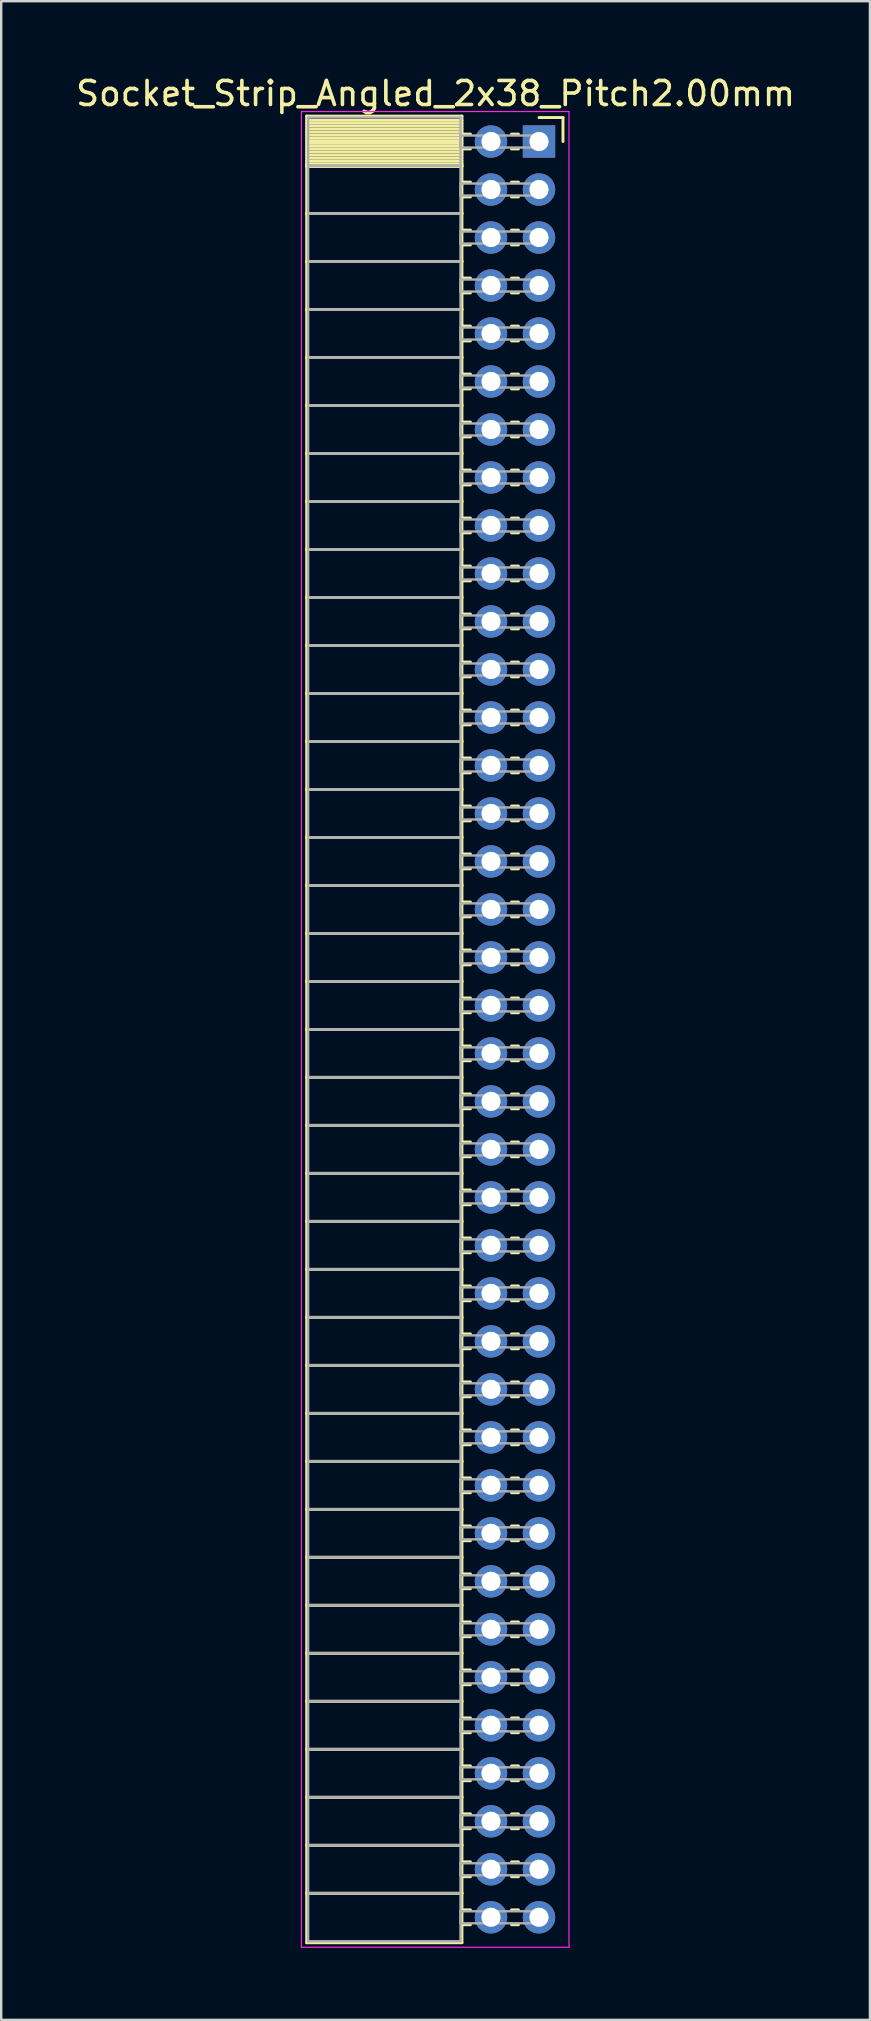
<source format=kicad_pcb>
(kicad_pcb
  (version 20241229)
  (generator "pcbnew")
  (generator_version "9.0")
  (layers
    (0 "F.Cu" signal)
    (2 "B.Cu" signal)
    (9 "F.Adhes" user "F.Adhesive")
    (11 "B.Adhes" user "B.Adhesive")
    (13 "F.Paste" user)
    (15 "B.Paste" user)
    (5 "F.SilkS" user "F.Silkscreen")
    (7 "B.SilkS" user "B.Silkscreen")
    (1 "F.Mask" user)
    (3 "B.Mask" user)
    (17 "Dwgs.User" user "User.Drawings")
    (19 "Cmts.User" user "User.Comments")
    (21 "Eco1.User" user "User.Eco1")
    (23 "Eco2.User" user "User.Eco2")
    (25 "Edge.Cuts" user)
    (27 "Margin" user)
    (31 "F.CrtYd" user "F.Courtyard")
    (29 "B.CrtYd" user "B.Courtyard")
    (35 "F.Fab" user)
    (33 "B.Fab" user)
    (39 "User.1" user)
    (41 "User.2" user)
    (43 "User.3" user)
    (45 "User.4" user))
  (footprint "Socket_Strip_Angled_2x38_Pitch2.00mm"
    (layer "F.Cu")
    (at 19.411 2.848)
    (property "Reference" "Socket_Strip_Angled_2x38_Pitch2.00mm" (at -4.31 -2 0) (layer "F.SilkS") (effects (font (size 1 1) (thickness 0.15))))
    (attr through_hole)
    (fp_line (start -9.68 -1.06) (end -3.21 -1.06) (stroke (width 0.12) (type solid)) (layer "F.SilkS"))
    (fp_line (start -9.68 1) (end -9.68 -1.06) (stroke (width 0.12) (type solid)) (layer "F.SilkS"))
    (fp_line (start -9.68 1) (end -3.21 1) (stroke (width 0.12) (type solid)) (layer "F.SilkS"))
    (fp_line (start -9.68 3) (end -9.68 1) (stroke (width 0.12) (type solid)) (layer "F.SilkS"))
    (fp_line (start -9.68 3) (end -3.21 3) (stroke (width 0.12) (type solid)) (layer "F.SilkS"))
    (fp_line (start -9.68 5) (end -9.68 3) (stroke (width 0.12) (type solid)) (layer "F.SilkS"))
    (fp_line (start -9.68 5) (end -3.21 5) (stroke (width 0.12) (type solid)) (layer "F.SilkS"))
    (fp_line (start -9.68 7) (end -9.68 5) (stroke (width 0.12) (type solid)) (layer "F.SilkS"))
    (fp_line (start -9.68 7) (end -3.21 7) (stroke (width 0.12) (type solid)) (layer "F.SilkS"))
    (fp_line (start -9.68 9) (end -9.68 7) (stroke (width 0.12) (type solid)) (layer "F.SilkS"))
    (fp_line (start -9.68 9) (end -3.21 9) (stroke (width 0.12) (type solid)) (layer "F.SilkS"))
    (fp_line (start -9.68 11) (end -9.68 9) (stroke (width 0.12) (type solid)) (layer "F.SilkS"))
    (fp_line (start -9.68 11) (end -3.21 11) (stroke (width 0.12) (type solid)) (layer "F.SilkS"))
    (fp_line (start -9.68 13) (end -9.68 11) (stroke (width 0.12) (type solid)) (layer "F.SilkS"))
    (fp_line (start -9.68 13) (end -3.21 13) (stroke (width 0.12) (type solid)) (layer "F.SilkS"))
    (fp_line (start -9.68 15) (end -9.68 13) (stroke (width 0.12) (type solid)) (layer "F.SilkS"))
    (fp_line (start -9.68 15) (end -3.21 15) (stroke (width 0.12) (type solid)) (layer "F.SilkS"))
    (fp_line (start -9.68 17) (end -9.68 15) (stroke (width 0.12) (type solid)) (layer "F.SilkS"))
    (fp_line (start -9.68 17) (end -3.21 17) (stroke (width 0.12) (type solid)) (layer "F.SilkS"))
    (fp_line (start -9.68 19) (end -9.68 17) (stroke (width 0.12) (type solid)) (layer "F.SilkS"))
    (fp_line (start -9.68 19) (end -3.21 19) (stroke (width 0.12) (type solid)) (layer "F.SilkS"))
    (fp_line (start -9.68 21) (end -9.68 19) (stroke (width 0.12) (type solid)) (layer "F.SilkS"))
    (fp_line (start -9.68 21) (end -3.21 21) (stroke (width 0.12) (type solid)) (layer "F.SilkS"))
    (fp_line (start -9.68 23) (end -9.68 21) (stroke (width 0.12) (type solid)) (layer "F.SilkS"))
    (fp_line (start -9.68 23) (end -3.21 23) (stroke (width 0.12) (type solid)) (layer "F.SilkS"))
    (fp_line (start -9.68 25) (end -9.68 23) (stroke (width 0.12) (type solid)) (layer "F.SilkS"))
    (fp_line (start -9.68 25) (end -3.21 25) (stroke (width 0.12) (type solid)) (layer "F.SilkS"))
    (fp_line (start -9.68 27) (end -9.68 25) (stroke (width 0.12) (type solid)) (layer "F.SilkS"))
    (fp_line (start -9.68 27) (end -3.21 27) (stroke (width 0.12) (type solid)) (layer "F.SilkS"))
    (fp_line (start -9.68 29) (end -9.68 27) (stroke (width 0.12) (type solid)) (layer "F.SilkS"))
    (fp_line (start -9.68 29) (end -3.21 29) (stroke (width 0.12) (type solid)) (layer "F.SilkS"))
    (fp_line (start -9.68 31) (end -9.68 29) (stroke (width 0.12) (type solid)) (layer "F.SilkS"))
    (fp_line (start -9.68 31) (end -3.21 31) (stroke (width 0.12) (type solid)) (layer "F.SilkS"))
    (fp_line (start -9.68 33) (end -9.68 31) (stroke (width 0.12) (type solid)) (layer "F.SilkS"))
    (fp_line (start -9.68 33) (end -3.21 33) (stroke (width 0.12) (type solid)) (layer "F.SilkS"))
    (fp_line (start -9.68 35) (end -9.68 33) (stroke (width 0.12) (type solid)) (layer "F.SilkS"))
    (fp_line (start -9.68 35) (end -3.21 35) (stroke (width 0.12) (type solid)) (layer "F.SilkS"))
    (fp_line (start -9.68 37) (end -9.68 35) (stroke (width 0.12) (type solid)) (layer "F.SilkS"))
    (fp_line (start -9.68 37) (end -3.21 37) (stroke (width 0.12) (type solid)) (layer "F.SilkS"))
    (fp_line (start -9.68 39) (end -9.68 37) (stroke (width 0.12) (type solid)) (layer "F.SilkS"))
    (fp_line (start -9.68 39) (end -3.21 39) (stroke (width 0.12) (type solid)) (layer "F.SilkS"))
    (fp_line (start -9.68 41) (end -9.68 39) (stroke (width 0.12) (type solid)) (layer "F.SilkS"))
    (fp_line (start -9.68 41) (end -3.21 41) (stroke (width 0.12) (type solid)) (layer "F.SilkS"))
    (fp_line (start -9.68 43) (end -9.68 41) (stroke (width 0.12) (type solid)) (layer "F.SilkS"))
    (fp_line (start -9.68 43) (end -3.21 43) (stroke (width 0.12) (type solid)) (layer "F.SilkS"))
    (fp_line (start -9.68 45) (end -9.68 43) (stroke (width 0.12) (type solid)) (layer "F.SilkS"))
    (fp_line (start -9.68 45) (end -3.21 45) (stroke (width 0.12) (type solid)) (layer "F.SilkS"))
    (fp_line (start -9.68 47) (end -9.68 45) (stroke (width 0.12) (type solid)) (layer "F.SilkS"))
    (fp_line (start -9.68 47) (end -3.21 47) (stroke (width 0.12) (type solid)) (layer "F.SilkS"))
    (fp_line (start -9.68 49) (end -9.68 47) (stroke (width 0.12) (type solid)) (layer "F.SilkS"))
    (fp_line (start -9.68 49) (end -3.21 49) (stroke (width 0.12) (type solid)) (layer "F.SilkS"))
    (fp_line (start -9.68 51) (end -9.68 49) (stroke (width 0.12) (type solid)) (layer "F.SilkS"))
    (fp_line (start -9.68 51) (end -3.21 51) (stroke (width 0.12) (type solid)) (layer "F.SilkS"))
    (fp_line (start -9.68 53) (end -9.68 51) (stroke (width 0.12) (type solid)) (layer "F.SilkS"))
    (fp_line (start -9.68 53) (end -3.21 53) (stroke (width 0.12) (type solid)) (layer "F.SilkS"))
    (fp_line (start -9.68 55) (end -9.68 53) (stroke (width 0.12) (type solid)) (layer "F.SilkS"))
    (fp_line (start -9.68 55) (end -3.21 55) (stroke (width 0.12) (type solid)) (layer "F.SilkS"))
    (fp_line (start -9.68 57) (end -9.68 55) (stroke (width 0.12) (type solid)) (layer "F.SilkS"))
    (fp_line (start -9.68 57) (end -3.21 57) (stroke (width 0.12) (type solid)) (layer "F.SilkS"))
    (fp_line (start -9.68 59) (end -9.68 57) (stroke (width 0.12) (type solid)) (layer "F.SilkS"))
    (fp_line (start -9.68 59) (end -3.21 59) (stroke (width 0.12) (type solid)) (layer "F.SilkS"))
    (fp_line (start -9.68 61) (end -9.68 59) (stroke (width 0.12) (type solid)) (layer "F.SilkS"))
    (fp_line (start -9.68 61) (end -3.21 61) (stroke (width 0.12) (type solid)) (layer "F.SilkS"))
    (fp_line (start -9.68 63) (end -9.68 61) (stroke (width 0.12) (type solid)) (layer "F.SilkS"))
    (fp_line (start -9.68 63) (end -3.21 63) (stroke (width 0.12) (type solid)) (layer "F.SilkS"))
    (fp_line (start -9.68 65) (end -9.68 63) (stroke (width 0.12) (type solid)) (layer "F.SilkS"))
    (fp_line (start -9.68 65) (end -3.21 65) (stroke (width 0.12) (type solid)) (layer "F.SilkS"))
    (fp_line (start -9.68 67) (end -9.68 65) (stroke (width 0.12) (type solid)) (layer "F.SilkS"))
    (fp_line (start -9.68 67) (end -3.21 67) (stroke (width 0.12) (type solid)) (layer "F.SilkS"))
    (fp_line (start -9.68 69) (end -9.68 67) (stroke (width 0.12) (type solid)) (layer "F.SilkS"))
    (fp_line (start -9.68 69) (end -3.21 69) (stroke (width 0.12) (type solid)) (layer "F.SilkS"))
    (fp_line (start -9.68 71) (end -9.68 69) (stroke (width 0.12) (type solid)) (layer "F.SilkS"))
    (fp_line (start -9.68 71) (end -3.21 71) (stroke (width 0.12) (type solid)) (layer "F.SilkS"))
    (fp_line (start -9.68 73) (end -9.68 71) (stroke (width 0.12) (type solid)) (layer "F.SilkS"))
    (fp_line (start -9.68 73) (end -3.21 73) (stroke (width 0.12) (type solid)) (layer "F.SilkS"))
    (fp_line (start -9.68 75.06) (end -9.68 73) (stroke (width 0.12) (type solid)) (layer "F.SilkS"))
    (fp_line (start -3.21 -1.06) (end -3.21 1) (stroke (width 0.12) (type solid)) (layer "F.SilkS"))
    (fp_line (start -3.21 -0.88) (end -9.68 -0.88) (stroke (width 0.12) (type solid)) (layer "F.SilkS"))
    (fp_line (start -3.21 -0.76) (end -9.68 -0.76) (stroke (width 0.12) (type solid)) (layer "F.SilkS"))
    (fp_line (start -3.21 -0.64) (end -9.68 -0.64) (stroke (width 0.12) (type solid)) (layer "F.SilkS"))
    (fp_line (start -3.21 -0.52) (end -9.68 -0.52) (stroke (width 0.12) (type solid)) (layer "F.SilkS"))
    (fp_line (start -3.21 -0.4) (end -9.68 -0.4) (stroke (width 0.12) (type solid)) (layer "F.SilkS"))
    (fp_line (start -3.21 -0.28) (end -9.68 -0.28) (stroke (width 0.12) (type solid)) (layer "F.SilkS"))
    (fp_line (start -3.21 -0.16) (end -9.68 -0.16) (stroke (width 0.12) (type solid)) (layer "F.SilkS"))
    (fp_line (start -3.21 -0.04) (end -9.68 -0.04) (stroke (width 0.12) (type solid)) (layer "F.SilkS"))
    (fp_line (start -3.21 0.08) (end -9.68 0.08) (stroke (width 0.12) (type solid)) (layer "F.SilkS"))
    (fp_line (start -3.21 0.2) (end -9.68 0.2) (stroke (width 0.12) (type solid)) (layer "F.SilkS"))
    (fp_line (start -3.21 0.32) (end -9.68 0.32) (stroke (width 0.12) (type solid)) (layer "F.SilkS"))
    (fp_line (start -3.21 0.44) (end -9.68 0.44) (stroke (width 0.12) (type solid)) (layer "F.SilkS"))
    (fp_line (start -3.21 0.56) (end -9.68 0.56) (stroke (width 0.12) (type solid)) (layer "F.SilkS"))
    (fp_line (start -3.21 0.68) (end -9.68 0.68) (stroke (width 0.12) (type solid)) (layer "F.SilkS"))
    (fp_line (start -3.21 0.8) (end -9.68 0.8) (stroke (width 0.12) (type solid)) (layer "F.SilkS"))
    (fp_line (start -3.21 0.92) (end -9.68 0.92) (stroke (width 0.12) (type solid)) (layer "F.SilkS"))
    (fp_line (start -3.21 1) (end -9.68 1) (stroke (width 0.12) (type solid)) (layer "F.SilkS"))
    (fp_line (start -3.21 1) (end -3.21 3) (stroke (width 0.12) (type solid)) (layer "F.SilkS"))
    (fp_line (start -3.21 1.04) (end -9.68 1.04) (stroke (width 0.12) (type solid)) (layer "F.SilkS"))
    (fp_line (start -3.21 3) (end -9.68 3) (stroke (width 0.12) (type solid)) (layer "F.SilkS"))
    (fp_line (start -3.21 3) (end -3.21 5) (stroke (width 0.12) (type solid)) (layer "F.SilkS"))
    (fp_line (start -3.21 5) (end -9.68 5) (stroke (width 0.12) (type solid)) (layer "F.SilkS"))
    (fp_line (start -3.21 5) (end -3.21 7) (stroke (width 0.12) (type solid)) (layer "F.SilkS"))
    (fp_line (start -3.21 7) (end -9.68 7) (stroke (width 0.12) (type solid)) (layer "F.SilkS"))
    (fp_line (start -3.21 7) (end -3.21 9) (stroke (width 0.12) (type solid)) (layer "F.SilkS"))
    (fp_line (start -3.21 9) (end -9.68 9) (stroke (width 0.12) (type solid)) (layer "F.SilkS"))
    (fp_line (start -3.21 9) (end -3.21 11) (stroke (width 0.12) (type solid)) (layer "F.SilkS"))
    (fp_line (start -3.21 11) (end -9.68 11) (stroke (width 0.12) (type solid)) (layer "F.SilkS"))
    (fp_line (start -3.21 11) (end -3.21 13) (stroke (width 0.12) (type solid)) (layer "F.SilkS"))
    (fp_line (start -3.21 13) (end -9.68 13) (stroke (width 0.12) (type solid)) (layer "F.SilkS"))
    (fp_line (start -3.21 13) (end -3.21 15) (stroke (width 0.12) (type solid)) (layer "F.SilkS"))
    (fp_line (start -3.21 15) (end -9.68 15) (stroke (width 0.12) (type solid)) (layer "F.SilkS"))
    (fp_line (start -3.21 15) (end -3.21 17) (stroke (width 0.12) (type solid)) (layer "F.SilkS"))
    (fp_line (start -3.21 17) (end -9.68 17) (stroke (width 0.12) (type solid)) (layer "F.SilkS"))
    (fp_line (start -3.21 17) (end -3.21 19) (stroke (width 0.12) (type solid)) (layer "F.SilkS"))
    (fp_line (start -3.21 19) (end -9.68 19) (stroke (width 0.12) (type solid)) (layer "F.SilkS"))
    (fp_line (start -3.21 19) (end -3.21 21) (stroke (width 0.12) (type solid)) (layer "F.SilkS"))
    (fp_line (start -3.21 21) (end -9.68 21) (stroke (width 0.12) (type solid)) (layer "F.SilkS"))
    (fp_line (start -3.21 21) (end -3.21 23) (stroke (width 0.12) (type solid)) (layer "F.SilkS"))
    (fp_line (start -3.21 23) (end -9.68 23) (stroke (width 0.12) (type solid)) (layer "F.SilkS"))
    (fp_line (start -3.21 23) (end -3.21 25) (stroke (width 0.12) (type solid)) (layer "F.SilkS"))
    (fp_line (start -3.21 25) (end -9.68 25) (stroke (width 0.12) (type solid)) (layer "F.SilkS"))
    (fp_line (start -3.21 25) (end -3.21 27) (stroke (width 0.12) (type solid)) (layer "F.SilkS"))
    (fp_line (start -3.21 27) (end -9.68 27) (stroke (width 0.12) (type solid)) (layer "F.SilkS"))
    (fp_line (start -3.21 27) (end -3.21 29) (stroke (width 0.12) (type solid)) (layer "F.SilkS"))
    (fp_line (start -3.21 29) (end -9.68 29) (stroke (width 0.12) (type solid)) (layer "F.SilkS"))
    (fp_line (start -3.21 29) (end -3.21 31) (stroke (width 0.12) (type solid)) (layer "F.SilkS"))
    (fp_line (start -3.21 31) (end -9.68 31) (stroke (width 0.12) (type solid)) (layer "F.SilkS"))
    (fp_line (start -3.21 31) (end -3.21 33) (stroke (width 0.12) (type solid)) (layer "F.SilkS"))
    (fp_line (start -3.21 33) (end -9.68 33) (stroke (width 0.12) (type solid)) (layer "F.SilkS"))
    (fp_line (start -3.21 33) (end -3.21 35) (stroke (width 0.12) (type solid)) (layer "F.SilkS"))
    (fp_line (start -3.21 35) (end -9.68 35) (stroke (width 0.12) (type solid)) (layer "F.SilkS"))
    (fp_line (start -3.21 35) (end -3.21 37) (stroke (width 0.12) (type solid)) (layer "F.SilkS"))
    (fp_line (start -3.21 37) (end -9.68 37) (stroke (width 0.12) (type solid)) (layer "F.SilkS"))
    (fp_line (start -3.21 37) (end -3.21 39) (stroke (width 0.12) (type solid)) (layer "F.SilkS"))
    (fp_line (start -3.21 39) (end -9.68 39) (stroke (width 0.12) (type solid)) (layer "F.SilkS"))
    (fp_line (start -3.21 39) (end -3.21 41) (stroke (width 0.12) (type solid)) (layer "F.SilkS"))
    (fp_line (start -3.21 41) (end -9.68 41) (stroke (width 0.12) (type solid)) (layer "F.SilkS"))
    (fp_line (start -3.21 41) (end -3.21 43) (stroke (width 0.12) (type solid)) (layer "F.SilkS"))
    (fp_line (start -3.21 43) (end -9.68 43) (stroke (width 0.12) (type solid)) (layer "F.SilkS"))
    (fp_line (start -3.21 43) (end -3.21 45) (stroke (width 0.12) (type solid)) (layer "F.SilkS"))
    (fp_line (start -3.21 45) (end -9.68 45) (stroke (width 0.12) (type solid)) (layer "F.SilkS"))
    (fp_line (start -3.21 45) (end -3.21 47) (stroke (width 0.12) (type solid)) (layer "F.SilkS"))
    (fp_line (start -3.21 47) (end -9.68 47) (stroke (width 0.12) (type solid)) (layer "F.SilkS"))
    (fp_line (start -3.21 47) (end -3.21 49) (stroke (width 0.12) (type solid)) (layer "F.SilkS"))
    (fp_line (start -3.21 49) (end -9.68 49) (stroke (width 0.12) (type solid)) (layer "F.SilkS"))
    (fp_line (start -3.21 49) (end -3.21 51) (stroke (width 0.12) (type solid)) (layer "F.SilkS"))
    (fp_line (start -3.21 51) (end -9.68 51) (stroke (width 0.12) (type solid)) (layer "F.SilkS"))
    (fp_line (start -3.21 51) (end -3.21 53) (stroke (width 0.12) (type solid)) (layer "F.SilkS"))
    (fp_line (start -3.21 53) (end -9.68 53) (stroke (width 0.12) (type solid)) (layer "F.SilkS"))
    (fp_line (start -3.21 53) (end -3.21 55) (stroke (width 0.12) (type solid)) (layer "F.SilkS"))
    (fp_line (start -3.21 55) (end -9.68 55) (stroke (width 0.12) (type solid)) (layer "F.SilkS"))
    (fp_line (start -3.21 55) (end -3.21 57) (stroke (width 0.12) (type solid)) (layer "F.SilkS"))
    (fp_line (start -3.21 57) (end -9.68 57) (stroke (width 0.12) (type solid)) (layer "F.SilkS"))
    (fp_line (start -3.21 57) (end -3.21 59) (stroke (width 0.12) (type solid)) (layer "F.SilkS"))
    (fp_line (start -3.21 59) (end -9.68 59) (stroke (width 0.12) (type solid)) (layer "F.SilkS"))
    (fp_line (start -3.21 59) (end -3.21 61) (stroke (width 0.12) (type solid)) (layer "F.SilkS"))
    (fp_line (start -3.21 61) (end -9.68 61) (stroke (width 0.12) (type solid)) (layer "F.SilkS"))
    (fp_line (start -3.21 61) (end -3.21 63) (stroke (width 0.12) (type solid)) (layer "F.SilkS"))
    (fp_line (start -3.21 63) (end -9.68 63) (stroke (width 0.12) (type solid)) (layer "F.SilkS"))
    (fp_line (start -3.21 63) (end -3.21 65) (stroke (width 0.12) (type solid)) (layer "F.SilkS"))
    (fp_line (start -3.21 65) (end -9.68 65) (stroke (width 0.12) (type solid)) (layer "F.SilkS"))
    (fp_line (start -3.21 65) (end -3.21 67) (stroke (width 0.12) (type solid)) (layer "F.SilkS"))
    (fp_line (start -3.21 67) (end -9.68 67) (stroke (width 0.12) (type solid)) (layer "F.SilkS"))
    (fp_line (start -3.21 67) (end -3.21 69) (stroke (width 0.12) (type solid)) (layer "F.SilkS"))
    (fp_line (start -3.21 69) (end -9.68 69) (stroke (width 0.12) (type solid)) (layer "F.SilkS"))
    (fp_line (start -3.21 69) (end -3.21 71) (stroke (width 0.12) (type solid)) (layer "F.SilkS"))
    (fp_line (start -3.21 71) (end -9.68 71) (stroke (width 0.12) (type solid)) (layer "F.SilkS"))
    (fp_line (start -3.21 71) (end -3.21 73) (stroke (width 0.12) (type solid)) (layer "F.SilkS"))
    (fp_line (start -3.21 73) (end -9.68 73) (stroke (width 0.12) (type solid)) (layer "F.SilkS"))
    (fp_line (start -3.21 73) (end -3.21 75.06) (stroke (width 0.12) (type solid)) (layer "F.SilkS"))
    (fp_line (start -3.21 75.06) (end -9.68 75.06) (stroke (width 0.12) (type solid)) (layer "F.SilkS"))
    (fp_line (start -2.855 -0.31) (end -3.21 -0.31) (stroke (width 0.12) (type solid)) (layer "F.SilkS"))
    (fp_line (start -2.855 0.31) (end -3.21 0.31) (stroke (width 0.12) (type solid)) (layer "F.SilkS"))
    (fp_line (start -2.855 1.69) (end -3.21 1.69) (stroke (width 0.12) (type solid)) (layer "F.SilkS"))
    (fp_line (start -2.855 2.31) (end -3.21 2.31) (stroke (width 0.12) (type solid)) (layer "F.SilkS"))
    (fp_line (start -2.855 3.69) (end -3.21 3.69) (stroke (width 0.12) (type solid)) (layer "F.SilkS"))
    (fp_line (start -2.855 4.31) (end -3.21 4.31) (stroke (width 0.12) (type solid)) (layer "F.SilkS"))
    (fp_line (start -2.855 5.69) (end -3.21 5.69) (stroke (width 0.12) (type solid)) (layer "F.SilkS"))
    (fp_line (start -2.855 6.31) (end -3.21 6.31) (stroke (width 0.12) (type solid)) (layer "F.SilkS"))
    (fp_line (start -2.855 7.69) (end -3.21 7.69) (stroke (width 0.12) (type solid)) (layer "F.SilkS"))
    (fp_line (start -2.855 8.31) (end -3.21 8.31) (stroke (width 0.12) (type solid)) (layer "F.SilkS"))
    (fp_line (start -2.855 9.69) (end -3.21 9.69) (stroke (width 0.12) (type solid)) (layer "F.SilkS"))
    (fp_line (start -2.855 10.31) (end -3.21 10.31) (stroke (width 0.12) (type solid)) (layer "F.SilkS"))
    (fp_line (start -2.855 11.69) (end -3.21 11.69) (stroke (width 0.12) (type solid)) (layer "F.SilkS"))
    (fp_line (start -2.855 12.31) (end -3.21 12.31) (stroke (width 0.12) (type solid)) (layer "F.SilkS"))
    (fp_line (start -2.855 13.69) (end -3.21 13.69) (stroke (width 0.12) (type solid)) (layer "F.SilkS"))
    (fp_line (start -2.855 14.31) (end -3.21 14.31) (stroke (width 0.12) (type solid)) (layer "F.SilkS"))
    (fp_line (start -2.855 15.69) (end -3.21 15.69) (stroke (width 0.12) (type solid)) (layer "F.SilkS"))
    (fp_line (start -2.855 16.31) (end -3.21 16.31) (stroke (width 0.12) (type solid)) (layer "F.SilkS"))
    (fp_line (start -2.855 17.69) (end -3.21 17.69) (stroke (width 0.12) (type solid)) (layer "F.SilkS"))
    (fp_line (start -2.855 18.31) (end -3.21 18.31) (stroke (width 0.12) (type solid)) (layer "F.SilkS"))
    (fp_line (start -2.855 19.69) (end -3.21 19.69) (stroke (width 0.12) (type solid)) (layer "F.SilkS"))
    (fp_line (start -2.855 20.31) (end -3.21 20.31) (stroke (width 0.12) (type solid)) (layer "F.SilkS"))
    (fp_line (start -2.855 21.69) (end -3.21 21.69) (stroke (width 0.12) (type solid)) (layer "F.SilkS"))
    (fp_line (start -2.855 22.31) (end -3.21 22.31) (stroke (width 0.12) (type solid)) (layer "F.SilkS"))
    (fp_line (start -2.855 23.69) (end -3.21 23.69) (stroke (width 0.12) (type solid)) (layer "F.SilkS"))
    (fp_line (start -2.855 24.31) (end -3.21 24.31) (stroke (width 0.12) (type solid)) (layer "F.SilkS"))
    (fp_line (start -2.855 25.69) (end -3.21 25.69) (stroke (width 0.12) (type solid)) (layer "F.SilkS"))
    (fp_line (start -2.855 26.31) (end -3.21 26.31) (stroke (width 0.12) (type solid)) (layer "F.SilkS"))
    (fp_line (start -2.855 27.69) (end -3.21 27.69) (stroke (width 0.12) (type solid)) (layer "F.SilkS"))
    (fp_line (start -2.855 28.31) (end -3.21 28.31) (stroke (width 0.12) (type solid)) (layer "F.SilkS"))
    (fp_line (start -2.855 29.69) (end -3.21 29.69) (stroke (width 0.12) (type solid)) (layer "F.SilkS"))
    (fp_line (start -2.855 30.31) (end -3.21 30.31) (stroke (width 0.12) (type solid)) (layer "F.SilkS"))
    (fp_line (start -2.855 31.69) (end -3.21 31.69) (stroke (width 0.12) (type solid)) (layer "F.SilkS"))
    (fp_line (start -2.855 32.31) (end -3.21 32.31) (stroke (width 0.12) (type solid)) (layer "F.SilkS"))
    (fp_line (start -2.855 33.69) (end -3.21 33.69) (stroke (width 0.12) (type solid)) (layer "F.SilkS"))
    (fp_line (start -2.855 34.31) (end -3.21 34.31) (stroke (width 0.12) (type solid)) (layer "F.SilkS"))
    (fp_line (start -2.855 35.69) (end -3.21 35.69) (stroke (width 0.12) (type solid)) (layer "F.SilkS"))
    (fp_line (start -2.855 36.31) (end -3.21 36.31) (stroke (width 0.12) (type solid)) (layer "F.SilkS"))
    (fp_line (start -2.855 37.69) (end -3.21 37.69) (stroke (width 0.12) (type solid)) (layer "F.SilkS"))
    (fp_line (start -2.855 38.31) (end -3.21 38.31) (stroke (width 0.12) (type solid)) (layer "F.SilkS"))
    (fp_line (start -2.855 39.69) (end -3.21 39.69) (stroke (width 0.12) (type solid)) (layer "F.SilkS"))
    (fp_line (start -2.855 40.31) (end -3.21 40.31) (stroke (width 0.12) (type solid)) (layer "F.SilkS"))
    (fp_line (start -2.855 41.69) (end -3.21 41.69) (stroke (width 0.12) (type solid)) (layer "F.SilkS"))
    (fp_line (start -2.855 42.31) (end -3.21 42.31) (stroke (width 0.12) (type solid)) (layer "F.SilkS"))
    (fp_line (start -2.855 43.69) (end -3.21 43.69) (stroke (width 0.12) (type solid)) (layer "F.SilkS"))
    (fp_line (start -2.855 44.31) (end -3.21 44.31) (stroke (width 0.12) (type solid)) (layer "F.SilkS"))
    (fp_line (start -2.855 45.69) (end -3.21 45.69) (stroke (width 0.12) (type solid)) (layer "F.SilkS"))
    (fp_line (start -2.855 46.31) (end -3.21 46.31) (stroke (width 0.12) (type solid)) (layer "F.SilkS"))
    (fp_line (start -2.855 47.69) (end -3.21 47.69) (stroke (width 0.12) (type solid)) (layer "F.SilkS"))
    (fp_line (start -2.855 48.31) (end -3.21 48.31) (stroke (width 0.12) (type solid)) (layer "F.SilkS"))
    (fp_line (start -2.855 49.69) (end -3.21 49.69) (stroke (width 0.12) (type solid)) (layer "F.SilkS"))
    (fp_line (start -2.855 50.31) (end -3.21 50.31) (stroke (width 0.12) (type solid)) (layer "F.SilkS"))
    (fp_line (start -2.855 51.69) (end -3.21 51.69) (stroke (width 0.12) (type solid)) (layer "F.SilkS"))
    (fp_line (start -2.855 52.31) (end -3.21 52.31) (stroke (width 0.12) (type solid)) (layer "F.SilkS"))
    (fp_line (start -2.855 53.69) (end -3.21 53.69) (stroke (width 0.12) (type solid)) (layer "F.SilkS"))
    (fp_line (start -2.855 54.31) (end -3.21 54.31) (stroke (width 0.12) (type solid)) (layer "F.SilkS"))
    (fp_line (start -2.855 55.69) (end -3.21 55.69) (stroke (width 0.12) (type solid)) (layer "F.SilkS"))
    (fp_line (start -2.855 56.31) (end -3.21 56.31) (stroke (width 0.12) (type solid)) (layer "F.SilkS"))
    (fp_line (start -2.855 57.69) (end -3.21 57.69) (stroke (width 0.12) (type solid)) (layer "F.SilkS"))
    (fp_line (start -2.855 58.31) (end -3.21 58.31) (stroke (width 0.12) (type solid)) (layer "F.SilkS"))
    (fp_line (start -2.855 59.69) (end -3.21 59.69) (stroke (width 0.12) (type solid)) (layer "F.SilkS"))
    (fp_line (start -2.855 60.31) (end -3.21 60.31) (stroke (width 0.12) (type solid)) (layer "F.SilkS"))
    (fp_line (start -2.855 61.69) (end -3.21 61.69) (stroke (width 0.12) (type solid)) (layer "F.SilkS"))
    (fp_line (start -2.855 62.31) (end -3.21 62.31) (stroke (width 0.12) (type solid)) (layer "F.SilkS"))
    (fp_line (start -2.855 63.69) (end -3.21 63.69) (stroke (width 0.12) (type solid)) (layer "F.SilkS"))
    (fp_line (start -2.855 64.31) (end -3.21 64.31) (stroke (width 0.12) (type solid)) (layer "F.SilkS"))
    (fp_line (start -2.855 65.69) (end -3.21 65.69) (stroke (width 0.12) (type solid)) (layer "F.SilkS"))
    (fp_line (start -2.855 66.31) (end -3.21 66.31) (stroke (width 0.12) (type solid)) (layer "F.SilkS"))
    (fp_line (start -2.855 67.69) (end -3.21 67.69) (stroke (width 0.12) (type solid)) (layer "F.SilkS"))
    (fp_line (start -2.855 68.31) (end -3.21 68.31) (stroke (width 0.12) (type solid)) (layer "F.SilkS"))
    (fp_line (start -2.855 69.69) (end -3.21 69.69) (stroke (width 0.12) (type solid)) (layer "F.SilkS"))
    (fp_line (start -2.855 70.31) (end -3.21 70.31) (stroke (width 0.12) (type solid)) (layer "F.SilkS"))
    (fp_line (start -2.855 71.69) (end -3.21 71.69) (stroke (width 0.12) (type solid)) (layer "F.SilkS"))
    (fp_line (start -2.855 72.31) (end -3.21 72.31) (stroke (width 0.12) (type solid)) (layer "F.SilkS"))
    (fp_line (start -2.855 73.69) (end -3.21 73.69) (stroke (width 0.12) (type solid)) (layer "F.SilkS"))
    (fp_line (start -2.855 74.31) (end -3.21 74.31) (stroke (width 0.12) (type solid)) (layer "F.SilkS"))
    (fp_line (start -0.855 -0.31) (end -1.145 -0.31) (stroke (width 0.12) (type solid)) (layer "F.SilkS"))
    (fp_line (start -0.855 0.31) (end -1.145 0.31) (stroke (width 0.12) (type solid)) (layer "F.SilkS"))
    (fp_line (start -0.855 1.69) (end -1.145 1.69) (stroke (width 0.12) (type solid)) (layer "F.SilkS"))
    (fp_line (start -0.855 2.31) (end -1.145 2.31) (stroke (width 0.12) (type solid)) (layer "F.SilkS"))
    (fp_line (start -0.855 3.69) (end -1.145 3.69) (stroke (width 0.12) (type solid)) (layer "F.SilkS"))
    (fp_line (start -0.855 4.31) (end -1.145 4.31) (stroke (width 0.12) (type solid)) (layer "F.SilkS"))
    (fp_line (start -0.855 5.69) (end -1.145 5.69) (stroke (width 0.12) (type solid)) (layer "F.SilkS"))
    (fp_line (start -0.855 6.31) (end -1.145 6.31) (stroke (width 0.12) (type solid)) (layer "F.SilkS"))
    (fp_line (start -0.855 7.69) (end -1.145 7.69) (stroke (width 0.12) (type solid)) (layer "F.SilkS"))
    (fp_line (start -0.855 8.31) (end -1.145 8.31) (stroke (width 0.12) (type solid)) (layer "F.SilkS"))
    (fp_line (start -0.855 9.69) (end -1.145 9.69) (stroke (width 0.12) (type solid)) (layer "F.SilkS"))
    (fp_line (start -0.855 10.31) (end -1.145 10.31) (stroke (width 0.12) (type solid)) (layer "F.SilkS"))
    (fp_line (start -0.855 11.69) (end -1.145 11.69) (stroke (width 0.12) (type solid)) (layer "F.SilkS"))
    (fp_line (start -0.855 12.31) (end -1.145 12.31) (stroke (width 0.12) (type solid)) (layer "F.SilkS"))
    (fp_line (start -0.855 13.69) (end -1.145 13.69) (stroke (width 0.12) (type solid)) (layer "F.SilkS"))
    (fp_line (start -0.855 14.31) (end -1.145 14.31) (stroke (width 0.12) (type solid)) (layer "F.SilkS"))
    (fp_line (start -0.855 15.69) (end -1.145 15.69) (stroke (width 0.12) (type solid)) (layer "F.SilkS"))
    (fp_line (start -0.855 16.31) (end -1.145 16.31) (stroke (width 0.12) (type solid)) (layer "F.SilkS"))
    (fp_line (start -0.855 17.69) (end -1.145 17.69) (stroke (width 0.12) (type solid)) (layer "F.SilkS"))
    (fp_line (start -0.855 18.31) (end -1.145 18.31) (stroke (width 0.12) (type solid)) (layer "F.SilkS"))
    (fp_line (start -0.855 19.69) (end -1.145 19.69) (stroke (width 0.12) (type solid)) (layer "F.SilkS"))
    (fp_line (start -0.855 20.31) (end -1.145 20.31) (stroke (width 0.12) (type solid)) (layer "F.SilkS"))
    (fp_line (start -0.855 21.69) (end -1.145 21.69) (stroke (width 0.12) (type solid)) (layer "F.SilkS"))
    (fp_line (start -0.855 22.31) (end -1.145 22.31) (stroke (width 0.12) (type solid)) (layer "F.SilkS"))
    (fp_line (start -0.855 23.69) (end -1.145 23.69) (stroke (width 0.12) (type solid)) (layer "F.SilkS"))
    (fp_line (start -0.855 24.31) (end -1.145 24.31) (stroke (width 0.12) (type solid)) (layer "F.SilkS"))
    (fp_line (start -0.855 25.69) (end -1.145 25.69) (stroke (width 0.12) (type solid)) (layer "F.SilkS"))
    (fp_line (start -0.855 26.31) (end -1.145 26.31) (stroke (width 0.12) (type solid)) (layer "F.SilkS"))
    (fp_line (start -0.855 27.69) (end -1.145 27.69) (stroke (width 0.12) (type solid)) (layer "F.SilkS"))
    (fp_line (start -0.855 28.31) (end -1.145 28.31) (stroke (width 0.12) (type solid)) (layer "F.SilkS"))
    (fp_line (start -0.855 29.69) (end -1.145 29.69) (stroke (width 0.12) (type solid)) (layer "F.SilkS"))
    (fp_line (start -0.855 30.31) (end -1.145 30.31) (stroke (width 0.12) (type solid)) (layer "F.SilkS"))
    (fp_line (start -0.855 31.69) (end -1.145 31.69) (stroke (width 0.12) (type solid)) (layer "F.SilkS"))
    (fp_line (start -0.855 32.31) (end -1.145 32.31) (stroke (width 0.12) (type solid)) (layer "F.SilkS"))
    (fp_line (start -0.855 33.69) (end -1.145 33.69) (stroke (width 0.12) (type solid)) (layer "F.SilkS"))
    (fp_line (start -0.855 34.31) (end -1.145 34.31) (stroke (width 0.12) (type solid)) (layer "F.SilkS"))
    (fp_line (start -0.855 35.69) (end -1.145 35.69) (stroke (width 0.12) (type solid)) (layer "F.SilkS"))
    (fp_line (start -0.855 36.31) (end -1.145 36.31) (stroke (width 0.12) (type solid)) (layer "F.SilkS"))
    (fp_line (start -0.855 37.69) (end -1.145 37.69) (stroke (width 0.12) (type solid)) (layer "F.SilkS"))
    (fp_line (start -0.855 38.31) (end -1.145 38.31) (stroke (width 0.12) (type solid)) (layer "F.SilkS"))
    (fp_line (start -0.855 39.69) (end -1.145 39.69) (stroke (width 0.12) (type solid)) (layer "F.SilkS"))
    (fp_line (start -0.855 40.31) (end -1.145 40.31) (stroke (width 0.12) (type solid)) (layer "F.SilkS"))
    (fp_line (start -0.855 41.69) (end -1.145 41.69) (stroke (width 0.12) (type solid)) (layer "F.SilkS"))
    (fp_line (start -0.855 42.31) (end -1.145 42.31) (stroke (width 0.12) (type solid)) (layer "F.SilkS"))
    (fp_line (start -0.855 43.69) (end -1.145 43.69) (stroke (width 0.12) (type solid)) (layer "F.SilkS"))
    (fp_line (start -0.855 44.31) (end -1.145 44.31) (stroke (width 0.12) (type solid)) (layer "F.SilkS"))
    (fp_line (start -0.855 45.69) (end -1.145 45.69) (stroke (width 0.12) (type solid)) (layer "F.SilkS"))
    (fp_line (start -0.855 46.31) (end -1.145 46.31) (stroke (width 0.12) (type solid)) (layer "F.SilkS"))
    (fp_line (start -0.855 47.69) (end -1.145 47.69) (stroke (width 0.12) (type solid)) (layer "F.SilkS"))
    (fp_line (start -0.855 48.31) (end -1.145 48.31) (stroke (width 0.12) (type solid)) (layer "F.SilkS"))
    (fp_line (start -0.855 49.69) (end -1.145 49.69) (stroke (width 0.12) (type solid)) (layer "F.SilkS"))
    (fp_line (start -0.855 50.31) (end -1.145 50.31) (stroke (width 0.12) (type solid)) (layer "F.SilkS"))
    (fp_line (start -0.855 51.69) (end -1.145 51.69) (stroke (width 0.12) (type solid)) (layer "F.SilkS"))
    (fp_line (start -0.855 52.31) (end -1.145 52.31) (stroke (width 0.12) (type solid)) (layer "F.SilkS"))
    (fp_line (start -0.855 53.69) (end -1.145 53.69) (stroke (width 0.12) (type solid)) (layer "F.SilkS"))
    (fp_line (start -0.855 54.31) (end -1.145 54.31) (stroke (width 0.12) (type solid)) (layer "F.SilkS"))
    (fp_line (start -0.855 55.69) (end -1.145 55.69) (stroke (width 0.12) (type solid)) (layer "F.SilkS"))
    (fp_line (start -0.855 56.31) (end -1.145 56.31) (stroke (width 0.12) (type solid)) (layer "F.SilkS"))
    (fp_line (start -0.855 57.69) (end -1.145 57.69) (stroke (width 0.12) (type solid)) (layer "F.SilkS"))
    (fp_line (start -0.855 58.31) (end -1.145 58.31) (stroke (width 0.12) (type solid)) (layer "F.SilkS"))
    (fp_line (start -0.855 59.69) (end -1.145 59.69) (stroke (width 0.12) (type solid)) (layer "F.SilkS"))
    (fp_line (start -0.855 60.31) (end -1.145 60.31) (stroke (width 0.12) (type solid)) (layer "F.SilkS"))
    (fp_line (start -0.855 61.69) (end -1.145 61.69) (stroke (width 0.12) (type solid)) (layer "F.SilkS"))
    (fp_line (start -0.855 62.31) (end -1.145 62.31) (stroke (width 0.12) (type solid)) (layer "F.SilkS"))
    (fp_line (start -0.855 63.69) (end -1.145 63.69) (stroke (width 0.12) (type solid)) (layer "F.SilkS"))
    (fp_line (start -0.855 64.31) (end -1.145 64.31) (stroke (width 0.12) (type solid)) (layer "F.SilkS"))
    (fp_line (start -0.855 65.69) (end -1.145 65.69) (stroke (width 0.12) (type solid)) (layer "F.SilkS"))
    (fp_line (start -0.855 66.31) (end -1.145 66.31) (stroke (width 0.12) (type solid)) (layer "F.SilkS"))
    (fp_line (start -0.855 67.69) (end -1.145 67.69) (stroke (width 0.12) (type solid)) (layer "F.SilkS"))
    (fp_line (start -0.855 68.31) (end -1.145 68.31) (stroke (width 0.12) (type solid)) (layer "F.SilkS"))
    (fp_line (start -0.855 69.69) (end -1.145 69.69) (stroke (width 0.12) (type solid)) (layer "F.SilkS"))
    (fp_line (start -0.855 70.31) (end -1.145 70.31) (stroke (width 0.12) (type solid)) (layer "F.SilkS"))
    (fp_line (start -0.855 71.69) (end -1.145 71.69) (stroke (width 0.12) (type solid)) (layer "F.SilkS"))
    (fp_line (start -0.855 72.31) (end -1.145 72.31) (stroke (width 0.12) (type solid)) (layer "F.SilkS"))
    (fp_line (start -0.855 73.69) (end -1.145 73.69) (stroke (width 0.12) (type solid)) (layer "F.SilkS"))
    (fp_line (start -0.855 74.31) (end -1.145 74.31) (stroke (width 0.12) (type solid)) (layer "F.SilkS"))
    (fp_line (start 0 -1) (end 1 -1) (stroke (width 0.12) (type solid)) (layer "F.SilkS"))
    (fp_line (start 1 -1) (end 1 0) (stroke (width 0.12) (type solid)) (layer "F.SilkS"))
    (fp_line (start -9.9 -1.25) (end 1.25 -1.25) (stroke (width 0.05) (type solid)) (layer "F.CrtYd"))
    (fp_line (start -9.9 75.25) (end -9.9 -1.25) (stroke (width 0.05) (type solid)) (layer "F.CrtYd"))
    (fp_line (start 1.25 -1.25) (end 1.25 75.25) (stroke (width 0.05) (type solid)) (layer "F.CrtYd"))
    (fp_line (start 1.25 75.25) (end -9.9 75.25) (stroke (width 0.05) (type solid)) (layer "F.CrtYd"))
    (fp_line (start -9.62 -1) (end -3.27 -1) (stroke (width 0.1) (type solid)) (layer "F.Fab"))
    (fp_line (start -9.62 1) (end -9.62 -1) (stroke (width 0.1) (type solid)) (layer "F.Fab"))
    (fp_line (start -9.62 1) (end -3.27 1) (stroke (width 0.1) (type solid)) (layer "F.Fab"))
    (fp_line (start -9.62 3) (end -9.62 1) (stroke (width 0.1) (type solid)) (layer "F.Fab"))
    (fp_line (start -9.62 3) (end -3.27 3) (stroke (width 0.1) (type solid)) (layer "F.Fab"))
    (fp_line (start -9.62 5) (end -9.62 3) (stroke (width 0.1) (type solid)) (layer "F.Fab"))
    (fp_line (start -9.62 5) (end -3.27 5) (stroke (width 0.1) (type solid)) (layer "F.Fab"))
    (fp_line (start -9.62 7) (end -9.62 5) (stroke (width 0.1) (type solid)) (layer "F.Fab"))
    (fp_line (start -9.62 7) (end -3.27 7) (stroke (width 0.1) (type solid)) (layer "F.Fab"))
    (fp_line (start -9.62 9) (end -9.62 7) (stroke (width 0.1) (type solid)) (layer "F.Fab"))
    (fp_line (start -9.62 9) (end -3.27 9) (stroke (width 0.1) (type solid)) (layer "F.Fab"))
    (fp_line (start -9.62 11) (end -9.62 9) (stroke (width 0.1) (type solid)) (layer "F.Fab"))
    (fp_line (start -9.62 11) (end -3.27 11) (stroke (width 0.1) (type solid)) (layer "F.Fab"))
    (fp_line (start -9.62 13) (end -9.62 11) (stroke (width 0.1) (type solid)) (layer "F.Fab"))
    (fp_line (start -9.62 13) (end -3.27 13) (stroke (width 0.1) (type solid)) (layer "F.Fab"))
    (fp_line (start -9.62 15) (end -9.62 13) (stroke (width 0.1) (type solid)) (layer "F.Fab"))
    (fp_line (start -9.62 15) (end -3.27 15) (stroke (width 0.1) (type solid)) (layer "F.Fab"))
    (fp_line (start -9.62 17) (end -9.62 15) (stroke (width 0.1) (type solid)) (layer "F.Fab"))
    (fp_line (start -9.62 17) (end -3.27 17) (stroke (width 0.1) (type solid)) (layer "F.Fab"))
    (fp_line (start -9.62 19) (end -9.62 17) (stroke (width 0.1) (type solid)) (layer "F.Fab"))
    (fp_line (start -9.62 19) (end -3.27 19) (stroke (width 0.1) (type solid)) (layer "F.Fab"))
    (fp_line (start -9.62 21) (end -9.62 19) (stroke (width 0.1) (type solid)) (layer "F.Fab"))
    (fp_line (start -9.62 21) (end -3.27 21) (stroke (width 0.1) (type solid)) (layer "F.Fab"))
    (fp_line (start -9.62 23) (end -9.62 21) (stroke (width 0.1) (type solid)) (layer "F.Fab"))
    (fp_line (start -9.62 23) (end -3.27 23) (stroke (width 0.1) (type solid)) (layer "F.Fab"))
    (fp_line (start -9.62 25) (end -9.62 23) (stroke (width 0.1) (type solid)) (layer "F.Fab"))
    (fp_line (start -9.62 25) (end -3.27 25) (stroke (width 0.1) (type solid)) (layer "F.Fab"))
    (fp_line (start -9.62 27) (end -9.62 25) (stroke (width 0.1) (type solid)) (layer "F.Fab"))
    (fp_line (start -9.62 27) (end -3.27 27) (stroke (width 0.1) (type solid)) (layer "F.Fab"))
    (fp_line (start -9.62 29) (end -9.62 27) (stroke (width 0.1) (type solid)) (layer "F.Fab"))
    (fp_line (start -9.62 29) (end -3.27 29) (stroke (width 0.1) (type solid)) (layer "F.Fab"))
    (fp_line (start -9.62 31) (end -9.62 29) (stroke (width 0.1) (type solid)) (layer "F.Fab"))
    (fp_line (start -9.62 31) (end -3.27 31) (stroke (width 0.1) (type solid)) (layer "F.Fab"))
    (fp_line (start -9.62 33) (end -9.62 31) (stroke (width 0.1) (type solid)) (layer "F.Fab"))
    (fp_line (start -9.62 33) (end -3.27 33) (stroke (width 0.1) (type solid)) (layer "F.Fab"))
    (fp_line (start -9.62 35) (end -9.62 33) (stroke (width 0.1) (type solid)) (layer "F.Fab"))
    (fp_line (start -9.62 35) (end -3.27 35) (stroke (width 0.1) (type solid)) (layer "F.Fab"))
    (fp_line (start -9.62 37) (end -9.62 35) (stroke (width 0.1) (type solid)) (layer "F.Fab"))
    (fp_line (start -9.62 37) (end -3.27 37) (stroke (width 0.1) (type solid)) (layer "F.Fab"))
    (fp_line (start -9.62 39) (end -9.62 37) (stroke (width 0.1) (type solid)) (layer "F.Fab"))
    (fp_line (start -9.62 39) (end -3.27 39) (stroke (width 0.1) (type solid)) (layer "F.Fab"))
    (fp_line (start -9.62 41) (end -9.62 39) (stroke (width 0.1) (type solid)) (layer "F.Fab"))
    (fp_line (start -9.62 41) (end -3.27 41) (stroke (width 0.1) (type solid)) (layer "F.Fab"))
    (fp_line (start -9.62 43) (end -9.62 41) (stroke (width 0.1) (type solid)) (layer "F.Fab"))
    (fp_line (start -9.62 43) (end -3.27 43) (stroke (width 0.1) (type solid)) (layer "F.Fab"))
    (fp_line (start -9.62 45) (end -9.62 43) (stroke (width 0.1) (type solid)) (layer "F.Fab"))
    (fp_line (start -9.62 45) (end -3.27 45) (stroke (width 0.1) (type solid)) (layer "F.Fab"))
    (fp_line (start -9.62 47) (end -9.62 45) (stroke (width 0.1) (type solid)) (layer "F.Fab"))
    (fp_line (start -9.62 47) (end -3.27 47) (stroke (width 0.1) (type solid)) (layer "F.Fab"))
    (fp_line (start -9.62 49) (end -9.62 47) (stroke (width 0.1) (type solid)) (layer "F.Fab"))
    (fp_line (start -9.62 49) (end -3.27 49) (stroke (width 0.1) (type solid)) (layer "F.Fab"))
    (fp_line (start -9.62 51) (end -9.62 49) (stroke (width 0.1) (type solid)) (layer "F.Fab"))
    (fp_line (start -9.62 51) (end -3.27 51) (stroke (width 0.1) (type solid)) (layer "F.Fab"))
    (fp_line (start -9.62 53) (end -9.62 51) (stroke (width 0.1) (type solid)) (layer "F.Fab"))
    (fp_line (start -9.62 53) (end -3.27 53) (stroke (width 0.1) (type solid)) (layer "F.Fab"))
    (fp_line (start -9.62 55) (end -9.62 53) (stroke (width 0.1) (type solid)) (layer "F.Fab"))
    (fp_line (start -9.62 55) (end -3.27 55) (stroke (width 0.1) (type solid)) (layer "F.Fab"))
    (fp_line (start -9.62 57) (end -9.62 55) (stroke (width 0.1) (type solid)) (layer "F.Fab"))
    (fp_line (start -9.62 57) (end -3.27 57) (stroke (width 0.1) (type solid)) (layer "F.Fab"))
    (fp_line (start -9.62 59) (end -9.62 57) (stroke (width 0.1) (type solid)) (layer "F.Fab"))
    (fp_line (start -9.62 59) (end -3.27 59) (stroke (width 0.1) (type solid)) (layer "F.Fab"))
    (fp_line (start -9.62 61) (end -9.62 59) (stroke (width 0.1) (type solid)) (layer "F.Fab"))
    (fp_line (start -9.62 61) (end -3.27 61) (stroke (width 0.1) (type solid)) (layer "F.Fab"))
    (fp_line (start -9.62 63) (end -9.62 61) (stroke (width 0.1) (type solid)) (layer "F.Fab"))
    (fp_line (start -9.62 63) (end -3.27 63) (stroke (width 0.1) (type solid)) (layer "F.Fab"))
    (fp_line (start -9.62 65) (end -9.62 63) (stroke (width 0.1) (type solid)) (layer "F.Fab"))
    (fp_line (start -9.62 65) (end -3.27 65) (stroke (width 0.1) (type solid)) (layer "F.Fab"))
    (fp_line (start -9.62 67) (end -9.62 65) (stroke (width 0.1) (type solid)) (layer "F.Fab"))
    (fp_line (start -9.62 67) (end -3.27 67) (stroke (width 0.1) (type solid)) (layer "F.Fab"))
    (fp_line (start -9.62 69) (end -9.62 67) (stroke (width 0.1) (type solid)) (layer "F.Fab"))
    (fp_line (start -9.62 69) (end -3.27 69) (stroke (width 0.1) (type solid)) (layer "F.Fab"))
    (fp_line (start -9.62 71) (end -9.62 69) (stroke (width 0.1) (type solid)) (layer "F.Fab"))
    (fp_line (start -9.62 71) (end -3.27 71) (stroke (width 0.1) (type solid)) (layer "F.Fab"))
    (fp_line (start -9.62 73) (end -9.62 71) (stroke (width 0.1) (type solid)) (layer "F.Fab"))
    (fp_line (start -9.62 73) (end -3.27 73) (stroke (width 0.1) (type solid)) (layer "F.Fab"))
    (fp_line (start -9.62 75) (end -9.62 73) (stroke (width 0.1) (type solid)) (layer "F.Fab"))
    (fp_line (start -3.27 -1) (end -3.27 1) (stroke (width 0.1) (type solid)) (layer "F.Fab"))
    (fp_line (start -3.27 -0.25) (end 0 -0.25) (stroke (width 0.1) (type solid)) (layer "F.Fab"))
    (fp_line (start -3.27 0.25) (end -3.27 -0.25) (stroke (width 0.1) (type solid)) (layer "F.Fab"))
    (fp_line (start -3.27 1) (end -9.62 1) (stroke (width 0.1) (type solid)) (layer "F.Fab"))
    (fp_line (start -3.27 1) (end -3.27 3) (stroke (width 0.1) (type solid)) (layer "F.Fab"))
    (fp_line (start -3.27 1.75) (end 0 1.75) (stroke (width 0.1) (type solid)) (layer "F.Fab"))
    (fp_line (start -3.27 2.25) (end -3.27 1.75) (stroke (width 0.1) (type solid)) (layer "F.Fab"))
    (fp_line (start -3.27 3) (end -9.62 3) (stroke (width 0.1) (type solid)) (layer "F.Fab"))
    (fp_line (start -3.27 3) (end -3.27 5) (stroke (width 0.1) (type solid)) (layer "F.Fab"))
    (fp_line (start -3.27 3.75) (end 0 3.75) (stroke (width 0.1) (type solid)) (layer "F.Fab"))
    (fp_line (start -3.27 4.25) (end -3.27 3.75) (stroke (width 0.1) (type solid)) (layer "F.Fab"))
    (fp_line (start -3.27 5) (end -9.62 5) (stroke (width 0.1) (type solid)) (layer "F.Fab"))
    (fp_line (start -3.27 5) (end -3.27 7) (stroke (width 0.1) (type solid)) (layer "F.Fab"))
    (fp_line (start -3.27 5.75) (end 0 5.75) (stroke (width 0.1) (type solid)) (layer "F.Fab"))
    (fp_line (start -3.27 6.25) (end -3.27 5.75) (stroke (width 0.1) (type solid)) (layer "F.Fab"))
    (fp_line (start -3.27 7) (end -9.62 7) (stroke (width 0.1) (type solid)) (layer "F.Fab"))
    (fp_line (start -3.27 7) (end -3.27 9) (stroke (width 0.1) (type solid)) (layer "F.Fab"))
    (fp_line (start -3.27 7.75) (end 0 7.75) (stroke (width 0.1) (type solid)) (layer "F.Fab"))
    (fp_line (start -3.27 8.25) (end -3.27 7.75) (stroke (width 0.1) (type solid)) (layer "F.Fab"))
    (fp_line (start -3.27 9) (end -9.62 9) (stroke (width 0.1) (type solid)) (layer "F.Fab"))
    (fp_line (start -3.27 9) (end -3.27 11) (stroke (width 0.1) (type solid)) (layer "F.Fab"))
    (fp_line (start -3.27 9.75) (end 0 9.75) (stroke (width 0.1) (type solid)) (layer "F.Fab"))
    (fp_line (start -3.27 10.25) (end -3.27 9.75) (stroke (width 0.1) (type solid)) (layer "F.Fab"))
    (fp_line (start -3.27 11) (end -9.62 11) (stroke (width 0.1) (type solid)) (layer "F.Fab"))
    (fp_line (start -3.27 11) (end -3.27 13) (stroke (width 0.1) (type solid)) (layer "F.Fab"))
    (fp_line (start -3.27 11.75) (end 0 11.75) (stroke (width 0.1) (type solid)) (layer "F.Fab"))
    (fp_line (start -3.27 12.25) (end -3.27 11.75) (stroke (width 0.1) (type solid)) (layer "F.Fab"))
    (fp_line (start -3.27 13) (end -9.62 13) (stroke (width 0.1) (type solid)) (layer "F.Fab"))
    (fp_line (start -3.27 13) (end -3.27 15) (stroke (width 0.1) (type solid)) (layer "F.Fab"))
    (fp_line (start -3.27 13.75) (end 0 13.75) (stroke (width 0.1) (type solid)) (layer "F.Fab"))
    (fp_line (start -3.27 14.25) (end -3.27 13.75) (stroke (width 0.1) (type solid)) (layer "F.Fab"))
    (fp_line (start -3.27 15) (end -9.62 15) (stroke (width 0.1) (type solid)) (layer "F.Fab"))
    (fp_line (start -3.27 15) (end -3.27 17) (stroke (width 0.1) (type solid)) (layer "F.Fab"))
    (fp_line (start -3.27 15.75) (end 0 15.75) (stroke (width 0.1) (type solid)) (layer "F.Fab"))
    (fp_line (start -3.27 16.25) (end -3.27 15.75) (stroke (width 0.1) (type solid)) (layer "F.Fab"))
    (fp_line (start -3.27 17) (end -9.62 17) (stroke (width 0.1) (type solid)) (layer "F.Fab"))
    (fp_line (start -3.27 17) (end -3.27 19) (stroke (width 0.1) (type solid)) (layer "F.Fab"))
    (fp_line (start -3.27 17.75) (end 0 17.75) (stroke (width 0.1) (type solid)) (layer "F.Fab"))
    (fp_line (start -3.27 18.25) (end -3.27 17.75) (stroke (width 0.1) (type solid)) (layer "F.Fab"))
    (fp_line (start -3.27 19) (end -9.62 19) (stroke (width 0.1) (type solid)) (layer "F.Fab"))
    (fp_line (start -3.27 19) (end -3.27 21) (stroke (width 0.1) (type solid)) (layer "F.Fab"))
    (fp_line (start -3.27 19.75) (end 0 19.75) (stroke (width 0.1) (type solid)) (layer "F.Fab"))
    (fp_line (start -3.27 20.25) (end -3.27 19.75) (stroke (width 0.1) (type solid)) (layer "F.Fab"))
    (fp_line (start -3.27 21) (end -9.62 21) (stroke (width 0.1) (type solid)) (layer "F.Fab"))
    (fp_line (start -3.27 21) (end -3.27 23) (stroke (width 0.1) (type solid)) (layer "F.Fab"))
    (fp_line (start -3.27 21.75) (end 0 21.75) (stroke (width 0.1) (type solid)) (layer "F.Fab"))
    (fp_line (start -3.27 22.25) (end -3.27 21.75) (stroke (width 0.1) (type solid)) (layer "F.Fab"))
    (fp_line (start -3.27 23) (end -9.62 23) (stroke (width 0.1) (type solid)) (layer "F.Fab"))
    (fp_line (start -3.27 23) (end -3.27 25) (stroke (width 0.1) (type solid)) (layer "F.Fab"))
    (fp_line (start -3.27 23.75) (end 0 23.75) (stroke (width 0.1) (type solid)) (layer "F.Fab"))
    (fp_line (start -3.27 24.25) (end -3.27 23.75) (stroke (width 0.1) (type solid)) (layer "F.Fab"))
    (fp_line (start -3.27 25) (end -9.62 25) (stroke (width 0.1) (type solid)) (layer "F.Fab"))
    (fp_line (start -3.27 25) (end -3.27 27) (stroke (width 0.1) (type solid)) (layer "F.Fab"))
    (fp_line (start -3.27 25.75) (end 0 25.75) (stroke (width 0.1) (type solid)) (layer "F.Fab"))
    (fp_line (start -3.27 26.25) (end -3.27 25.75) (stroke (width 0.1) (type solid)) (layer "F.Fab"))
    (fp_line (start -3.27 27) (end -9.62 27) (stroke (width 0.1) (type solid)) (layer "F.Fab"))
    (fp_line (start -3.27 27) (end -3.27 29) (stroke (width 0.1) (type solid)) (layer "F.Fab"))
    (fp_line (start -3.27 27.75) (end 0 27.75) (stroke (width 0.1) (type solid)) (layer "F.Fab"))
    (fp_line (start -3.27 28.25) (end -3.27 27.75) (stroke (width 0.1) (type solid)) (layer "F.Fab"))
    (fp_line (start -3.27 29) (end -9.62 29) (stroke (width 0.1) (type solid)) (layer "F.Fab"))
    (fp_line (start -3.27 29) (end -3.27 31) (stroke (width 0.1) (type solid)) (layer "F.Fab"))
    (fp_line (start -3.27 29.75) (end 0 29.75) (stroke (width 0.1) (type solid)) (layer "F.Fab"))
    (fp_line (start -3.27 30.25) (end -3.27 29.75) (stroke (width 0.1) (type solid)) (layer "F.Fab"))
    (fp_line (start -3.27 31) (end -9.62 31) (stroke (width 0.1) (type solid)) (layer "F.Fab"))
    (fp_line (start -3.27 31) (end -3.27 33) (stroke (width 0.1) (type solid)) (layer "F.Fab"))
    (fp_line (start -3.27 31.75) (end 0 31.75) (stroke (width 0.1) (type solid)) (layer "F.Fab"))
    (fp_line (start -3.27 32.25) (end -3.27 31.75) (stroke (width 0.1) (type solid)) (layer "F.Fab"))
    (fp_line (start -3.27 33) (end -9.62 33) (stroke (width 0.1) (type solid)) (layer "F.Fab"))
    (fp_line (start -3.27 33) (end -3.27 35) (stroke (width 0.1) (type solid)) (layer "F.Fab"))
    (fp_line (start -3.27 33.75) (end 0 33.75) (stroke (width 0.1) (type solid)) (layer "F.Fab"))
    (fp_line (start -3.27 34.25) (end -3.27 33.75) (stroke (width 0.1) (type solid)) (layer "F.Fab"))
    (fp_line (start -3.27 35) (end -9.62 35) (stroke (width 0.1) (type solid)) (layer "F.Fab"))
    (fp_line (start -3.27 35) (end -3.27 37) (stroke (width 0.1) (type solid)) (layer "F.Fab"))
    (fp_line (start -3.27 35.75) (end 0 35.75) (stroke (width 0.1) (type solid)) (layer "F.Fab"))
    (fp_line (start -3.27 36.25) (end -3.27 35.75) (stroke (width 0.1) (type solid)) (layer "F.Fab"))
    (fp_line (start -3.27 37) (end -9.62 37) (stroke (width 0.1) (type solid)) (layer "F.Fab"))
    (fp_line (start -3.27 37) (end -3.27 39) (stroke (width 0.1) (type solid)) (layer "F.Fab"))
    (fp_line (start -3.27 37.75) (end 0 37.75) (stroke (width 0.1) (type solid)) (layer "F.Fab"))
    (fp_line (start -3.27 38.25) (end -3.27 37.75) (stroke (width 0.1) (type solid)) (layer "F.Fab"))
    (fp_line (start -3.27 39) (end -9.62 39) (stroke (width 0.1) (type solid)) (layer "F.Fab"))
    (fp_line (start -3.27 39) (end -3.27 41) (stroke (width 0.1) (type solid)) (layer "F.Fab"))
    (fp_line (start -3.27 39.75) (end 0 39.75) (stroke (width 0.1) (type solid)) (layer "F.Fab"))
    (fp_line (start -3.27 40.25) (end -3.27 39.75) (stroke (width 0.1) (type solid)) (layer "F.Fab"))
    (fp_line (start -3.27 41) (end -9.62 41) (stroke (width 0.1) (type solid)) (layer "F.Fab"))
    (fp_line (start -3.27 41) (end -3.27 43) (stroke (width 0.1) (type solid)) (layer "F.Fab"))
    (fp_line (start -3.27 41.75) (end 0 41.75) (stroke (width 0.1) (type solid)) (layer "F.Fab"))
    (fp_line (start -3.27 42.25) (end -3.27 41.75) (stroke (width 0.1) (type solid)) (layer "F.Fab"))
    (fp_line (start -3.27 43) (end -9.62 43) (stroke (width 0.1) (type solid)) (layer "F.Fab"))
    (fp_line (start -3.27 43) (end -3.27 45) (stroke (width 0.1) (type solid)) (layer "F.Fab"))
    (fp_line (start -3.27 43.75) (end 0 43.75) (stroke (width 0.1) (type solid)) (layer "F.Fab"))
    (fp_line (start -3.27 44.25) (end -3.27 43.75) (stroke (width 0.1) (type solid)) (layer "F.Fab"))
    (fp_line (start -3.27 45) (end -9.62 45) (stroke (width 0.1) (type solid)) (layer "F.Fab"))
    (fp_line (start -3.27 45) (end -3.27 47) (stroke (width 0.1) (type solid)) (layer "F.Fab"))
    (fp_line (start -3.27 45.75) (end 0 45.75) (stroke (width 0.1) (type solid)) (layer "F.Fab"))
    (fp_line (start -3.27 46.25) (end -3.27 45.75) (stroke (width 0.1) (type solid)) (layer "F.Fab"))
    (fp_line (start -3.27 47) (end -9.62 47) (stroke (width 0.1) (type solid)) (layer "F.Fab"))
    (fp_line (start -3.27 47) (end -3.27 49) (stroke (width 0.1) (type solid)) (layer "F.Fab"))
    (fp_line (start -3.27 47.75) (end 0 47.75) (stroke (width 0.1) (type solid)) (layer "F.Fab"))
    (fp_line (start -3.27 48.25) (end -3.27 47.75) (stroke (width 0.1) (type solid)) (layer "F.Fab"))
    (fp_line (start -3.27 49) (end -9.62 49) (stroke (width 0.1) (type solid)) (layer "F.Fab"))
    (fp_line (start -3.27 49) (end -3.27 51) (stroke (width 0.1) (type solid)) (layer "F.Fab"))
    (fp_line (start -3.27 49.75) (end 0 49.75) (stroke (width 0.1) (type solid)) (layer "F.Fab"))
    (fp_line (start -3.27 50.25) (end -3.27 49.75) (stroke (width 0.1) (type solid)) (layer "F.Fab"))
    (fp_line (start -3.27 51) (end -9.62 51) (stroke (width 0.1) (type solid)) (layer "F.Fab"))
    (fp_line (start -3.27 51) (end -3.27 53) (stroke (width 0.1) (type solid)) (layer "F.Fab"))
    (fp_line (start -3.27 51.75) (end 0 51.75) (stroke (width 0.1) (type solid)) (layer "F.Fab"))
    (fp_line (start -3.27 52.25) (end -3.27 51.75) (stroke (width 0.1) (type solid)) (layer "F.Fab"))
    (fp_line (start -3.27 53) (end -9.62 53) (stroke (width 0.1) (type solid)) (layer "F.Fab"))
    (fp_line (start -3.27 53) (end -3.27 55) (stroke (width 0.1) (type solid)) (layer "F.Fab"))
    (fp_line (start -3.27 53.75) (end 0 53.75) (stroke (width 0.1) (type solid)) (layer "F.Fab"))
    (fp_line (start -3.27 54.25) (end -3.27 53.75) (stroke (width 0.1) (type solid)) (layer "F.Fab"))
    (fp_line (start -3.27 55) (end -9.62 55) (stroke (width 0.1) (type solid)) (layer "F.Fab"))
    (fp_line (start -3.27 55) (end -3.27 57) (stroke (width 0.1) (type solid)) (layer "F.Fab"))
    (fp_line (start -3.27 55.75) (end 0 55.75) (stroke (width 0.1) (type solid)) (layer "F.Fab"))
    (fp_line (start -3.27 56.25) (end -3.27 55.75) (stroke (width 0.1) (type solid)) (layer "F.Fab"))
    (fp_line (start -3.27 57) (end -9.62 57) (stroke (width 0.1) (type solid)) (layer "F.Fab"))
    (fp_line (start -3.27 57) (end -3.27 59) (stroke (width 0.1) (type solid)) (layer "F.Fab"))
    (fp_line (start -3.27 57.75) (end 0 57.75) (stroke (width 0.1) (type solid)) (layer "F.Fab"))
    (fp_line (start -3.27 58.25) (end -3.27 57.75) (stroke (width 0.1) (type solid)) (layer "F.Fab"))
    (fp_line (start -3.27 59) (end -9.62 59) (stroke (width 0.1) (type solid)) (layer "F.Fab"))
    (fp_line (start -3.27 59) (end -3.27 61) (stroke (width 0.1) (type solid)) (layer "F.Fab"))
    (fp_line (start -3.27 59.75) (end 0 59.75) (stroke (width 0.1) (type solid)) (layer "F.Fab"))
    (fp_line (start -3.27 60.25) (end -3.27 59.75) (stroke (width 0.1) (type solid)) (layer "F.Fab"))
    (fp_line (start -3.27 61) (end -9.62 61) (stroke (width 0.1) (type solid)) (layer "F.Fab"))
    (fp_line (start -3.27 61) (end -3.27 63) (stroke (width 0.1) (type solid)) (layer "F.Fab"))
    (fp_line (start -3.27 61.75) (end 0 61.75) (stroke (width 0.1) (type solid)) (layer "F.Fab"))
    (fp_line (start -3.27 62.25) (end -3.27 61.75) (stroke (width 0.1) (type solid)) (layer "F.Fab"))
    (fp_line (start -3.27 63) (end -9.62 63) (stroke (width 0.1) (type solid)) (layer "F.Fab"))
    (fp_line (start -3.27 63) (end -3.27 65) (stroke (width 0.1) (type solid)) (layer "F.Fab"))
    (fp_line (start -3.27 63.75) (end 0 63.75) (stroke (width 0.1) (type solid)) (layer "F.Fab"))
    (fp_line (start -3.27 64.25) (end -3.27 63.75) (stroke (width 0.1) (type solid)) (layer "F.Fab"))
    (fp_line (start -3.27 65) (end -9.62 65) (stroke (width 0.1) (type solid)) (layer "F.Fab"))
    (fp_line (start -3.27 65) (end -3.27 67) (stroke (width 0.1) (type solid)) (layer "F.Fab"))
    (fp_line (start -3.27 65.75) (end 0 65.75) (stroke (width 0.1) (type solid)) (layer "F.Fab"))
    (fp_line (start -3.27 66.25) (end -3.27 65.75) (stroke (width 0.1) (type solid)) (layer "F.Fab"))
    (fp_line (start -3.27 67) (end -9.62 67) (stroke (width 0.1) (type solid)) (layer "F.Fab"))
    (fp_line (start -3.27 67) (end -3.27 69) (stroke (width 0.1) (type solid)) (layer "F.Fab"))
    (fp_line (start -3.27 67.75) (end 0 67.75) (stroke (width 0.1) (type solid)) (layer "F.Fab"))
    (fp_line (start -3.27 68.25) (end -3.27 67.75) (stroke (width 0.1) (type solid)) (layer "F.Fab"))
    (fp_line (start -3.27 69) (end -9.62 69) (stroke (width 0.1) (type solid)) (layer "F.Fab"))
    (fp_line (start -3.27 69) (end -3.27 71) (stroke (width 0.1) (type solid)) (layer "F.Fab"))
    (fp_line (start -3.27 69.75) (end 0 69.75) (stroke (width 0.1) (type solid)) (layer "F.Fab"))
    (fp_line (start -3.27 70.25) (end -3.27 69.75) (stroke (width 0.1) (type solid)) (layer "F.Fab"))
    (fp_line (start -3.27 71) (end -9.62 71) (stroke (width 0.1) (type solid)) (layer "F.Fab"))
    (fp_line (start -3.27 71) (end -3.27 73) (stroke (width 0.1) (type solid)) (layer "F.Fab"))
    (fp_line (start -3.27 71.75) (end 0 71.75) (stroke (width 0.1) (type solid)) (layer "F.Fab"))
    (fp_line (start -3.27 72.25) (end -3.27 71.75) (stroke (width 0.1) (type solid)) (layer "F.Fab"))
    (fp_line (start -3.27 73) (end -9.62 73) (stroke (width 0.1) (type solid)) (layer "F.Fab"))
    (fp_line (start -3.27 73) (end -3.27 75) (stroke (width 0.1) (type solid)) (layer "F.Fab"))
    (fp_line (start -3.27 73.75) (end 0 73.75) (stroke (width 0.1) (type solid)) (layer "F.Fab"))
    (fp_line (start -3.27 74.25) (end -3.27 73.75) (stroke (width 0.1) (type solid)) (layer "F.Fab"))
    (fp_line (start -3.27 75) (end -9.62 75) (stroke (width 0.1) (type solid)) (layer "F.Fab"))
    (fp_line (start 0 -0.25) (end 0 0.25) (stroke (width 0.1) (type solid)) (layer "F.Fab"))
    (fp_line (start 0 0.25) (end -3.27 0.25) (stroke (width 0.1) (type solid)) (layer "F.Fab"))
    (fp_line (start 0 1.75) (end 0 2.25) (stroke (width 0.1) (type solid)) (layer "F.Fab"))
    (fp_line (start 0 2.25) (end -3.27 2.25) (stroke (width 0.1) (type solid)) (layer "F.Fab"))
    (fp_line (start 0 3.75) (end 0 4.25) (stroke (width 0.1) (type solid)) (layer "F.Fab"))
    (fp_line (start 0 4.25) (end -3.27 4.25) (stroke (width 0.1) (type solid)) (layer "F.Fab"))
    (fp_line (start 0 5.75) (end 0 6.25) (stroke (width 0.1) (type solid)) (layer "F.Fab"))
    (fp_line (start 0 6.25) (end -3.27 6.25) (stroke (width 0.1) (type solid)) (layer "F.Fab"))
    (fp_line (start 0 7.75) (end 0 8.25) (stroke (width 0.1) (type solid)) (layer "F.Fab"))
    (fp_line (start 0 8.25) (end -3.27 8.25) (stroke (width 0.1) (type solid)) (layer "F.Fab"))
    (fp_line (start 0 9.75) (end 0 10.25) (stroke (width 0.1) (type solid)) (layer "F.Fab"))
    (fp_line (start 0 10.25) (end -3.27 10.25) (stroke (width 0.1) (type solid)) (layer "F.Fab"))
    (fp_line (start 0 11.75) (end 0 12.25) (stroke (width 0.1) (type solid)) (layer "F.Fab"))
    (fp_line (start 0 12.25) (end -3.27 12.25) (stroke (width 0.1) (type solid)) (layer "F.Fab"))
    (fp_line (start 0 13.75) (end 0 14.25) (stroke (width 0.1) (type solid)) (layer "F.Fab"))
    (fp_line (start 0 14.25) (end -3.27 14.25) (stroke (width 0.1) (type solid)) (layer "F.Fab"))
    (fp_line (start 0 15.75) (end 0 16.25) (stroke (width 0.1) (type solid)) (layer "F.Fab"))
    (fp_line (start 0 16.25) (end -3.27 16.25) (stroke (width 0.1) (type solid)) (layer "F.Fab"))
    (fp_line (start 0 17.75) (end 0 18.25) (stroke (width 0.1) (type solid)) (layer "F.Fab"))
    (fp_line (start 0 18.25) (end -3.27 18.25) (stroke (width 0.1) (type solid)) (layer "F.Fab"))
    (fp_line (start 0 19.75) (end 0 20.25) (stroke (width 0.1) (type solid)) (layer "F.Fab"))
    (fp_line (start 0 20.25) (end -3.27 20.25) (stroke (width 0.1) (type solid)) (layer "F.Fab"))
    (fp_line (start 0 21.75) (end 0 22.25) (stroke (width 0.1) (type solid)) (layer "F.Fab"))
    (fp_line (start 0 22.25) (end -3.27 22.25) (stroke (width 0.1) (type solid)) (layer "F.Fab"))
    (fp_line (start 0 23.75) (end 0 24.25) (stroke (width 0.1) (type solid)) (layer "F.Fab"))
    (fp_line (start 0 24.25) (end -3.27 24.25) (stroke (width 0.1) (type solid)) (layer "F.Fab"))
    (fp_line (start 0 25.75) (end 0 26.25) (stroke (width 0.1) (type solid)) (layer "F.Fab"))
    (fp_line (start 0 26.25) (end -3.27 26.25) (stroke (width 0.1) (type solid)) (layer "F.Fab"))
    (fp_line (start 0 27.75) (end 0 28.25) (stroke (width 0.1) (type solid)) (layer "F.Fab"))
    (fp_line (start 0 28.25) (end -3.27 28.25) (stroke (width 0.1) (type solid)) (layer "F.Fab"))
    (fp_line (start 0 29.75) (end 0 30.25) (stroke (width 0.1) (type solid)) (layer "F.Fab"))
    (fp_line (start 0 30.25) (end -3.27 30.25) (stroke (width 0.1) (type solid)) (layer "F.Fab"))
    (fp_line (start 0 31.75) (end 0 32.25) (stroke (width 0.1) (type solid)) (layer "F.Fab"))
    (fp_line (start 0 32.25) (end -3.27 32.25) (stroke (width 0.1) (type solid)) (layer "F.Fab"))
    (fp_line (start 0 33.75) (end 0 34.25) (stroke (width 0.1) (type solid)) (layer "F.Fab"))
    (fp_line (start 0 34.25) (end -3.27 34.25) (stroke (width 0.1) (type solid)) (layer "F.Fab"))
    (fp_line (start 0 35.75) (end 0 36.25) (stroke (width 0.1) (type solid)) (layer "F.Fab"))
    (fp_line (start 0 36.25) (end -3.27 36.25) (stroke (width 0.1) (type solid)) (layer "F.Fab"))
    (fp_line (start 0 37.75) (end 0 38.25) (stroke (width 0.1) (type solid)) (layer "F.Fab"))
    (fp_line (start 0 38.25) (end -3.27 38.25) (stroke (width 0.1) (type solid)) (layer "F.Fab"))
    (fp_line (start 0 39.75) (end 0 40.25) (stroke (width 0.1) (type solid)) (layer "F.Fab"))
    (fp_line (start 0 40.25) (end -3.27 40.25) (stroke (width 0.1) (type solid)) (layer "F.Fab"))
    (fp_line (start 0 41.75) (end 0 42.25) (stroke (width 0.1) (type solid)) (layer "F.Fab"))
    (fp_line (start 0 42.25) (end -3.27 42.25) (stroke (width 0.1) (type solid)) (layer "F.Fab"))
    (fp_line (start 0 43.75) (end 0 44.25) (stroke (width 0.1) (type solid)) (layer "F.Fab"))
    (fp_line (start 0 44.25) (end -3.27 44.25) (stroke (width 0.1) (type solid)) (layer "F.Fab"))
    (fp_line (start 0 45.75) (end 0 46.25) (stroke (width 0.1) (type solid)) (layer "F.Fab"))
    (fp_line (start 0 46.25) (end -3.27 46.25) (stroke (width 0.1) (type solid)) (layer "F.Fab"))
    (fp_line (start 0 47.75) (end 0 48.25) (stroke (width 0.1) (type solid)) (layer "F.Fab"))
    (fp_line (start 0 48.25) (end -3.27 48.25) (stroke (width 0.1) (type solid)) (layer "F.Fab"))
    (fp_line (start 0 49.75) (end 0 50.25) (stroke (width 0.1) (type solid)) (layer "F.Fab"))
    (fp_line (start 0 50.25) (end -3.27 50.25) (stroke (width 0.1) (type solid)) (layer "F.Fab"))
    (fp_line (start 0 51.75) (end 0 52.25) (stroke (width 0.1) (type solid)) (layer "F.Fab"))
    (fp_line (start 0 52.25) (end -3.27 52.25) (stroke (width 0.1) (type solid)) (layer "F.Fab"))
    (fp_line (start 0 53.75) (end 0 54.25) (stroke (width 0.1) (type solid)) (layer "F.Fab"))
    (fp_line (start 0 54.25) (end -3.27 54.25) (stroke (width 0.1) (type solid)) (layer "F.Fab"))
    (fp_line (start 0 55.75) (end 0 56.25) (stroke (width 0.1) (type solid)) (layer "F.Fab"))
    (fp_line (start 0 56.25) (end -3.27 56.25) (stroke (width 0.1) (type solid)) (layer "F.Fab"))
    (fp_line (start 0 57.75) (end 0 58.25) (stroke (width 0.1) (type solid)) (layer "F.Fab"))
    (fp_line (start 0 58.25) (end -3.27 58.25) (stroke (width 0.1) (type solid)) (layer "F.Fab"))
    (fp_line (start 0 59.75) (end 0 60.25) (stroke (width 0.1) (type solid)) (layer "F.Fab"))
    (fp_line (start 0 60.25) (end -3.27 60.25) (stroke (width 0.1) (type solid)) (layer "F.Fab"))
    (fp_line (start 0 61.75) (end 0 62.25) (stroke (width 0.1) (type solid)) (layer "F.Fab"))
    (fp_line (start 0 62.25) (end -3.27 62.25) (stroke (width 0.1) (type solid)) (layer "F.Fab"))
    (fp_line (start 0 63.75) (end 0 64.25) (stroke (width 0.1) (type solid)) (layer "F.Fab"))
    (fp_line (start 0 64.25) (end -3.27 64.25) (stroke (width 0.1) (type solid)) (layer "F.Fab"))
    (fp_line (start 0 65.75) (end 0 66.25) (stroke (width 0.1) (type solid)) (layer "F.Fab"))
    (fp_line (start 0 66.25) (end -3.27 66.25) (stroke (width 0.1) (type solid)) (layer "F.Fab"))
    (fp_line (start 0 67.75) (end 0 68.25) (stroke (width 0.1) (type solid)) (layer "F.Fab"))
    (fp_line (start 0 68.25) (end -3.27 68.25) (stroke (width 0.1) (type solid)) (layer "F.Fab"))
    (fp_line (start 0 69.75) (end 0 70.25) (stroke (width 0.1) (type solid)) (layer "F.Fab"))
    (fp_line (start 0 70.25) (end -3.27 70.25) (stroke (width 0.1) (type solid)) (layer "F.Fab"))
    (fp_line (start 0 71.75) (end 0 72.25) (stroke (width 0.1) (type solid)) (layer "F.Fab"))
    (fp_line (start 0 72.25) (end -3.27 72.25) (stroke (width 0.1) (type solid)) (layer "F.Fab"))
    (fp_line (start 0 73.75) (end 0 74.25) (stroke (width 0.1) (type solid)) (layer "F.Fab"))
    (fp_line (start 0 74.25) (end -3.27 74.25) (stroke (width 0.1) (type solid)) (layer "F.Fab"))
    (pad "1" thru_hole rect (at 0 0) (size 1.35 1.35) (drill 0.8) (layers "*.Cu" "*.Mask"))
    (pad "2" thru_hole oval (at -2 0) (size 1.35 1.35) (drill 0.8) (layers "*.Cu" "*.Mask"))
    (pad "3" thru_hole oval (at 0 2) (size 1.35 1.35) (drill 0.8) (layers "*.Cu" "*.Mask"))
    (pad "4" thru_hole oval (at -2 2) (size 1.35 1.35) (drill 0.8) (layers "*.Cu" "*.Mask"))
    (pad "5" thru_hole oval (at 0 4) (size 1.35 1.35) (drill 0.8) (layers "*.Cu" "*.Mask"))
    (pad "6" thru_hole oval (at -2 4) (size 1.35 1.35) (drill 0.8) (layers "*.Cu" "*.Mask"))
    (pad "7" thru_hole oval (at 0 6) (size 1.35 1.35) (drill 0.8) (layers "*.Cu" "*.Mask"))
    (pad "8" thru_hole oval (at -2 6) (size 1.35 1.35) (drill 0.8) (layers "*.Cu" "*.Mask"))
    (pad "9" thru_hole oval (at 0 8) (size 1.35 1.35) (drill 0.8) (layers "*.Cu" "*.Mask"))
    (pad "10" thru_hole oval (at -2 8) (size 1.35 1.35) (drill 0.8) (layers "*.Cu" "*.Mask"))
    (pad "11" thru_hole oval (at 0 10) (size 1.35 1.35) (drill 0.8) (layers "*.Cu" "*.Mask"))
    (pad "12" thru_hole oval (at -2 10) (size 1.35 1.35) (drill 0.8) (layers "*.Cu" "*.Mask"))
    (pad "13" thru_hole oval (at 0 12) (size 1.35 1.35) (drill 0.8) (layers "*.Cu" "*.Mask"))
    (pad "14" thru_hole oval (at -2 12) (size 1.35 1.35) (drill 0.8) (layers "*.Cu" "*.Mask"))
    (pad "15" thru_hole oval (at 0 14) (size 1.35 1.35) (drill 0.8) (layers "*.Cu" "*.Mask"))
    (pad "16" thru_hole oval (at -2 14) (size 1.35 1.35) (drill 0.8) (layers "*.Cu" "*.Mask"))
    (pad "17" thru_hole oval (at 0 16) (size 1.35 1.35) (drill 0.8) (layers "*.Cu" "*.Mask"))
    (pad "18" thru_hole oval (at -2 16) (size 1.35 1.35) (drill 0.8) (layers "*.Cu" "*.Mask"))
    (pad "19" thru_hole oval (at 0 18) (size 1.35 1.35) (drill 0.8) (layers "*.Cu" "*.Mask"))
    (pad "20" thru_hole oval (at -2 18) (size 1.35 1.35) (drill 0.8) (layers "*.Cu" "*.Mask"))
    (pad "21" thru_hole oval (at 0 20) (size 1.35 1.35) (drill 0.8) (layers "*.Cu" "*.Mask"))
    (pad "22" thru_hole oval (at -2 20) (size 1.35 1.35) (drill 0.8) (layers "*.Cu" "*.Mask"))
    (pad "23" thru_hole oval (at 0 22) (size 1.35 1.35) (drill 0.8) (layers "*.Cu" "*.Mask"))
    (pad "24" thru_hole oval (at -2 22) (size 1.35 1.35) (drill 0.8) (layers "*.Cu" "*.Mask"))
    (pad "25" thru_hole oval (at 0 24) (size 1.35 1.35) (drill 0.8) (layers "*.Cu" "*.Mask"))
    (pad "26" thru_hole oval (at -2 24) (size 1.35 1.35) (drill 0.8) (layers "*.Cu" "*.Mask"))
    (pad "27" thru_hole oval (at 0 26) (size 1.35 1.35) (drill 0.8) (layers "*.Cu" "*.Mask"))
    (pad "28" thru_hole oval (at -2 26) (size 1.35 1.35) (drill 0.8) (layers "*.Cu" "*.Mask"))
    (pad "29" thru_hole oval (at 0 28) (size 1.35 1.35) (drill 0.8) (layers "*.Cu" "*.Mask"))
    (pad "30" thru_hole oval (at -2 28) (size 1.35 1.35) (drill 0.8) (layers "*.Cu" "*.Mask"))
    (pad "31" thru_hole oval (at 0 30) (size 1.35 1.35) (drill 0.8) (layers "*.Cu" "*.Mask"))
    (pad "32" thru_hole oval (at -2 30) (size 1.35 1.35) (drill 0.8) (layers "*.Cu" "*.Mask"))
    (pad "33" thru_hole oval (at 0 32) (size 1.35 1.35) (drill 0.8) (layers "*.Cu" "*.Mask"))
    (pad "34" thru_hole oval (at -2 32) (size 1.35 1.35) (drill 0.8) (layers "*.Cu" "*.Mask"))
    (pad "35" thru_hole oval (at 0 34) (size 1.35 1.35) (drill 0.8) (layers "*.Cu" "*.Mask"))
    (pad "36" thru_hole oval (at -2 34) (size 1.35 1.35) (drill 0.8) (layers "*.Cu" "*.Mask"))
    (pad "37" thru_hole oval (at 0 36) (size 1.35 1.35) (drill 0.8) (layers "*.Cu" "*.Mask"))
    (pad "38" thru_hole oval (at -2 36) (size 1.35 1.35) (drill 0.8) (layers "*.Cu" "*.Mask"))
    (pad "39" thru_hole oval (at 0 38) (size 1.35 1.35) (drill 0.8) (layers "*.Cu" "*.Mask"))
    (pad "40" thru_hole oval (at -2 38) (size 1.35 1.35) (drill 0.8) (layers "*.Cu" "*.Mask"))
    (pad "41" thru_hole oval (at 0 40) (size 1.35 1.35) (drill 0.8) (layers "*.Cu" "*.Mask"))
    (pad "42" thru_hole oval (at -2 40) (size 1.35 1.35) (drill 0.8) (layers "*.Cu" "*.Mask"))
    (pad "43" thru_hole oval (at 0 42) (size 1.35 1.35) (drill 0.8) (layers "*.Cu" "*.Mask"))
    (pad "44" thru_hole oval (at -2 42) (size 1.35 1.35) (drill 0.8) (layers "*.Cu" "*.Mask"))
    (pad "45" thru_hole oval (at 0 44) (size 1.35 1.35) (drill 0.8) (layers "*.Cu" "*.Mask"))
    (pad "46" thru_hole oval (at -2 44) (size 1.35 1.35) (drill 0.8) (layers "*.Cu" "*.Mask"))
    (pad "47" thru_hole oval (at 0 46) (size 1.35 1.35) (drill 0.8) (layers "*.Cu" "*.Mask"))
    (pad "48" thru_hole oval (at -2 46) (size 1.35 1.35) (drill 0.8) (layers "*.Cu" "*.Mask"))
    (pad "49" thru_hole oval (at 0 48) (size 1.35 1.35) (drill 0.8) (layers "*.Cu" "*.Mask"))
    (pad "50" thru_hole oval (at -2 48) (size 1.35 1.35) (drill 0.8) (layers "*.Cu" "*.Mask"))
    (pad "51" thru_hole oval (at 0 50) (size 1.35 1.35) (drill 0.8) (layers "*.Cu" "*.Mask"))
    (pad "52" thru_hole oval (at -2 50) (size 1.35 1.35) (drill 0.8) (layers "*.Cu" "*.Mask"))
    (pad "53" thru_hole oval (at 0 52) (size 1.35 1.35) (drill 0.8) (layers "*.Cu" "*.Mask"))
    (pad "54" thru_hole oval (at -2 52) (size 1.35 1.35) (drill 0.8) (layers "*.Cu" "*.Mask"))
    (pad "55" thru_hole oval (at 0 54) (size 1.35 1.35) (drill 0.8) (layers "*.Cu" "*.Mask"))
    (pad "56" thru_hole oval (at -2 54) (size 1.35 1.35) (drill 0.8) (layers "*.Cu" "*.Mask"))
    (pad "57" thru_hole oval (at 0 56) (size 1.35 1.35) (drill 0.8) (layers "*.Cu" "*.Mask"))
    (pad "58" thru_hole oval (at -2 56) (size 1.35 1.35) (drill 0.8) (layers "*.Cu" "*.Mask"))
    (pad "59" thru_hole oval (at 0 58) (size 1.35 1.35) (drill 0.8) (layers "*.Cu" "*.Mask"))
    (pad "60" thru_hole oval (at -2 58) (size 1.35 1.35) (drill 0.8) (layers "*.Cu" "*.Mask"))
    (pad "61" thru_hole oval (at 0 60) (size 1.35 1.35) (drill 0.8) (layers "*.Cu" "*.Mask"))
    (pad "62" thru_hole oval (at -2 60) (size 1.35 1.35) (drill 0.8) (layers "*.Cu" "*.Mask"))
    (pad "63" thru_hole oval (at 0 62) (size 1.35 1.35) (drill 0.8) (layers "*.Cu" "*.Mask"))
    (pad "64" thru_hole oval (at -2 62) (size 1.35 1.35) (drill 0.8) (layers "*.Cu" "*.Mask"))
    (pad "65" thru_hole oval (at 0 64) (size 1.35 1.35) (drill 0.8) (layers "*.Cu" "*.Mask"))
    (pad "66" thru_hole oval (at -2 64) (size 1.35 1.35) (drill 0.8) (layers "*.Cu" "*.Mask"))
    (pad "67" thru_hole oval (at 0 66) (size 1.35 1.35) (drill 0.8) (layers "*.Cu" "*.Mask"))
    (pad "68" thru_hole oval (at -2 66) (size 1.35 1.35) (drill 0.8) (layers "*.Cu" "*.Mask"))
    (pad "69" thru_hole oval (at 0 68) (size 1.35 1.35) (drill 0.8) (layers "*.Cu" "*.Mask"))
    (pad "70" thru_hole oval (at -2 68) (size 1.35 1.35) (drill 0.8) (layers "*.Cu" "*.Mask"))
    (pad "71" thru_hole oval (at 0 70) (size 1.35 1.35) (drill 0.8) (layers "*.Cu" "*.Mask"))
    (pad "72" thru_hole oval (at -2 70) (size 1.35 1.35) (drill 0.8) (layers "*.Cu" "*.Mask"))
    (pad "73" thru_hole oval (at 0 72) (size 1.35 1.35) (drill 0.8) (layers "*.Cu" "*.Mask"))
    (pad "74" thru_hole oval (at -2 72) (size 1.35 1.35) (drill 0.8) (layers "*.Cu" "*.Mask"))
    (pad "75" thru_hole oval (at 0 74) (size 1.35 1.35) (drill 0.8) (layers "*.Cu" "*.Mask"))
    (pad "76" thru_hole oval (at -2 74) (size 1.35 1.35) (drill 0.8) (layers "*.Cu" "*.Mask")))
  (gr_rect
    (start -3 -3)
    (end 33.202 81.123)
    (stroke (width 0.1) (type default))
    (fill no)
    (layer "Edge.Cuts")))
</source>
